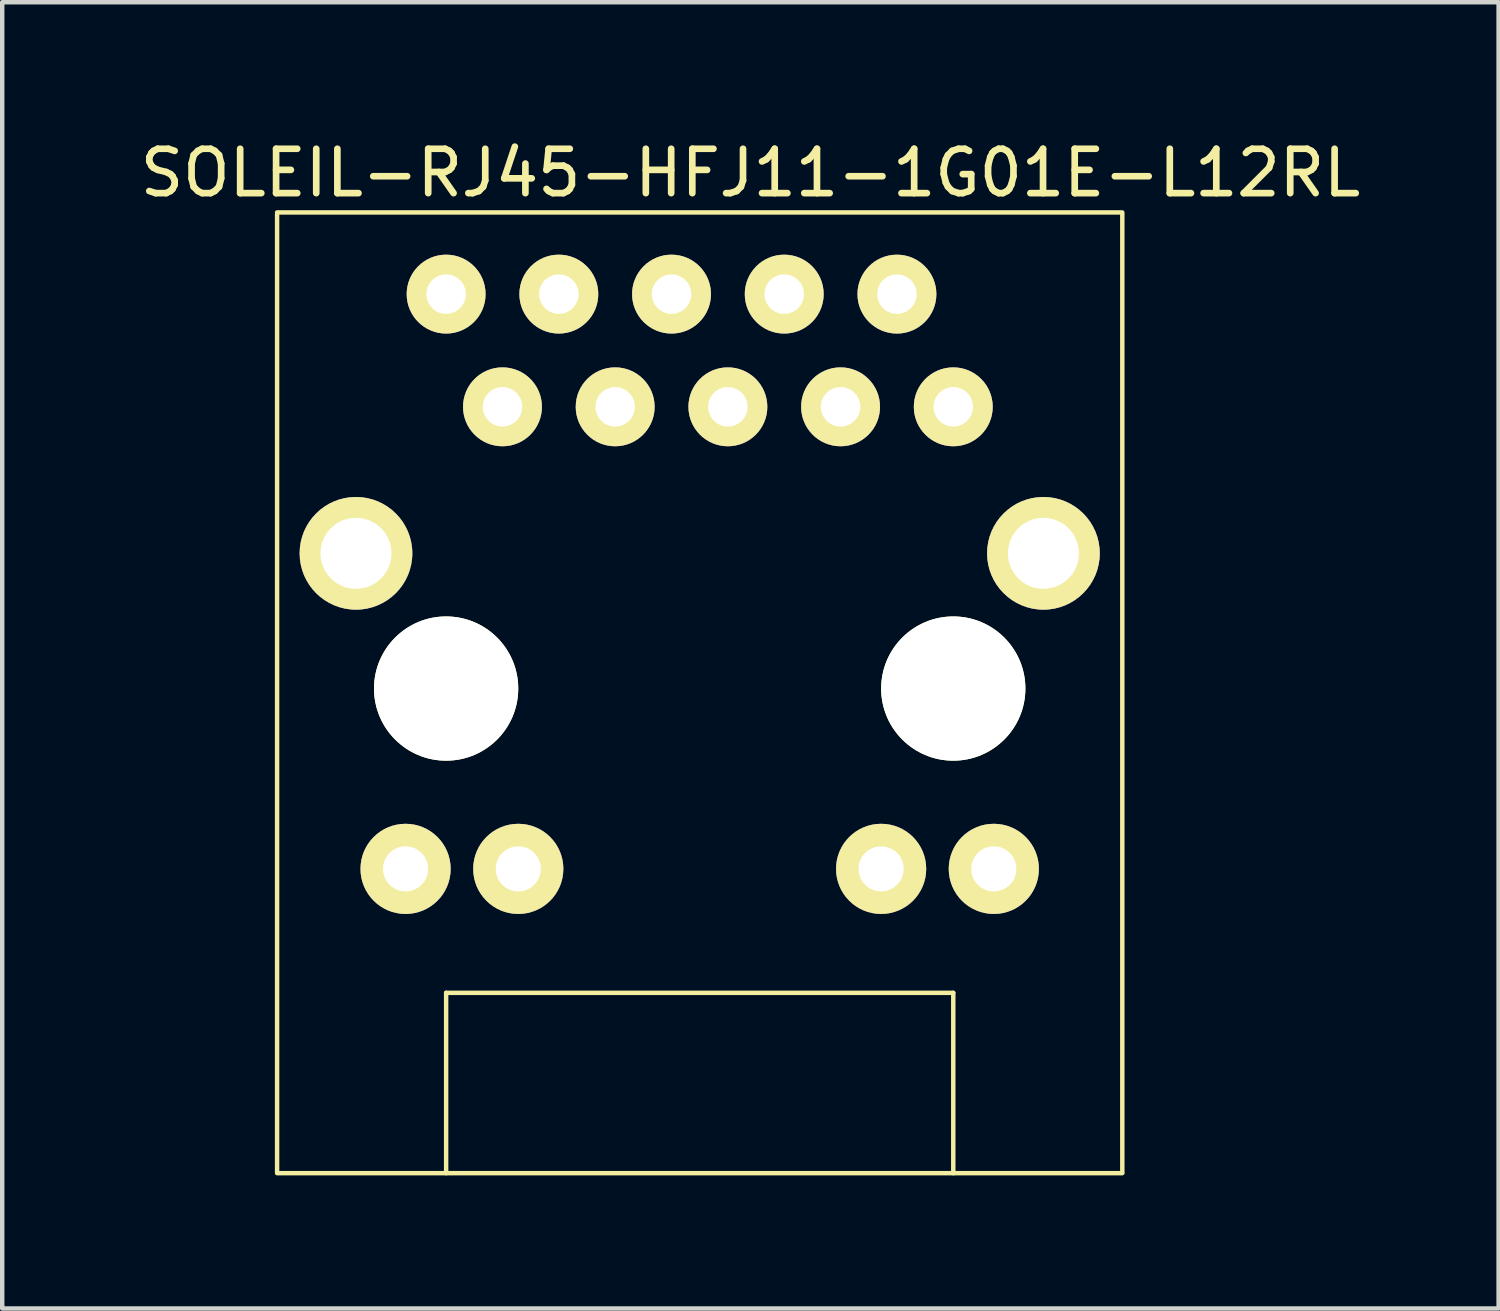
<source format=kicad_pcb>
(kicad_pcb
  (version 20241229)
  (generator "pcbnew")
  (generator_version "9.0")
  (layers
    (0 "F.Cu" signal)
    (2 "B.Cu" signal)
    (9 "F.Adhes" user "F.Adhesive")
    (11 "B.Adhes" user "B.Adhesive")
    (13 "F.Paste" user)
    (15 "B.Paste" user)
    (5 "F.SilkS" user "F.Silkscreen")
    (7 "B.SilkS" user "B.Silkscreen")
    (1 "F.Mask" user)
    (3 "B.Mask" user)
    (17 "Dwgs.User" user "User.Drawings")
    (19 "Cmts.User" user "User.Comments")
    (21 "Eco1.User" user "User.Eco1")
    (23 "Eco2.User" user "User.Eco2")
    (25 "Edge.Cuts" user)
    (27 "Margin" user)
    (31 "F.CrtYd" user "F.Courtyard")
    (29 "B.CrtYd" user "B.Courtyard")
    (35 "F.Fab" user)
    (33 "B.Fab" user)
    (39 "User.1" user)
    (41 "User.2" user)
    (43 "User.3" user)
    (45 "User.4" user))
  (footprint "SOLEIL-RJ45-HFJ11-1G01E-L12RL"
    (layer "F.Cu")
    (at 7.005 3.579)
    (property "Reference" "SOLEIL-RJ45-HFJ11-1G01E-L12RL" (at 6.858 -2.731 0) (layer "F.SilkS") (effects (font (size 1 1) (thickness 0.15))))
    (attr through_hole)
    (fp_line (start -3.81 -1.841) (end 15.24 -1.841) (stroke (width 0.1) (type solid)) (layer "F.SilkS"))
    (fp_line (start -3.81 -1.803) (end -3.81 19.787) (stroke (width 0.1) (type solid)) (layer "F.SilkS"))
    (fp_line (start -3.81 19.812) (end 15.24 19.812) (stroke (width 0.1) (type solid)) (layer "F.SilkS"))
    (fp_line (start 0 15.748) (end 11.43 15.748) (stroke (width 0.1) (type solid)) (layer "F.SilkS"))
    (fp_line (start 0 19.812) (end 0 15.748) (stroke (width 0.1) (type solid)) (layer "F.SilkS"))
    (fp_line (start 11.43 15.748) (end 11.43 19.812) (stroke (width 0.1) (type solid)) (layer "F.SilkS"))
    (fp_line (start 15.24 -1.803) (end 15.24 19.787) (stroke (width 0.1) (type solid)) (layer "F.SilkS"))
    (pad "" np_thru_hole circle (at 0 8.89) (size 3.251 3.251) (drill 3.251) (layers "*.Cu" "*.Mask" "F.SilkS"))
    (pad "" np_thru_hole circle (at 11.43 8.89) (size 3.251 3.251) (drill 3.251) (layers "*.Cu" "*.Mask" "F.SilkS"))
    (pad "1" thru_hole circle (at 0 0) (size 1.778 1.778) (drill 0.889) (layers "*.Cu" "*.Mask" "F.SilkS"))
    (pad "2" thru_hole circle (at 1.27 2.54) (size 1.778 1.778) (drill 0.889) (layers "*.Cu" "*.Mask" "F.SilkS"))
    (pad "3" thru_hole circle (at 2.54 0) (size 1.778 1.778) (drill 0.889) (layers "*.Cu" "*.Mask" "F.SilkS"))
    (pad "4" thru_hole circle (at 3.81 2.54) (size 1.778 1.778) (drill 0.889) (layers "*.Cu" "*.Mask" "F.SilkS"))
    (pad "5" thru_hole circle (at 5.08 0) (size 1.778 1.778) (drill 0.889) (layers "*.Cu" "*.Mask" "F.SilkS"))
    (pad "6" thru_hole circle (at 6.35 2.54) (size 1.778 1.778) (drill 0.889) (layers "*.Cu" "*.Mask" "F.SilkS"))
    (pad "7" thru_hole circle (at 7.62 0) (size 1.778 1.778) (drill 0.889) (layers "*.Cu" "*.Mask" "F.SilkS"))
    (pad "8" thru_hole circle (at 8.89 2.54) (size 1.778 1.778) (drill 0.889) (layers "*.Cu" "*.Mask" "F.SilkS"))
    (pad "9" thru_hole circle (at 10.16 0) (size 1.778 1.778) (drill 0.889) (layers "*.Cu" "*.Mask" "F.SilkS"))
    (pad "10" thru_hole circle (at 11.43 2.54) (size 1.778 1.778) (drill 0.889) (layers "*.Cu" "*.Mask" "F.SilkS"))
    (pad "11" thru_hole circle (at -0.914 12.954) (size 2.032 2.032) (drill 1.016) (layers "*.Cu" "*.Mask" "F.SilkS"))
    (pad "12" thru_hole circle (at 1.626 12.954) (size 2.032 2.032) (drill 1.016) (layers "*.Cu" "*.Mask" "F.SilkS"))
    (pad "13" thru_hole circle (at 9.804 12.954) (size 2.032 2.032) (drill 1.016) (layers "*.Cu" "*.Mask" "F.SilkS"))
    (pad "14" thru_hole circle (at 12.344 12.954) (size 2.032 2.032) (drill 1.016) (layers "*.Cu" "*.Mask" "F.SilkS"))
    (pad "15" thru_hole circle (at -2.032 5.842) (size 2.54 2.54) (drill 1.6) (layers "*.Cu" "*.Mask" "F.SilkS"))
    (pad "16" thru_hole circle (at 13.462 5.842) (size 2.54 2.54) (drill 1.6) (layers "*.Cu" "*.Mask" "F.SilkS")))
  (gr_rect
    (start -3 -3)
    (end 30.726 26.441)
    (stroke (width 0.1) (type default))
    (fill no)
    (layer "Edge.Cuts")))
</source>
